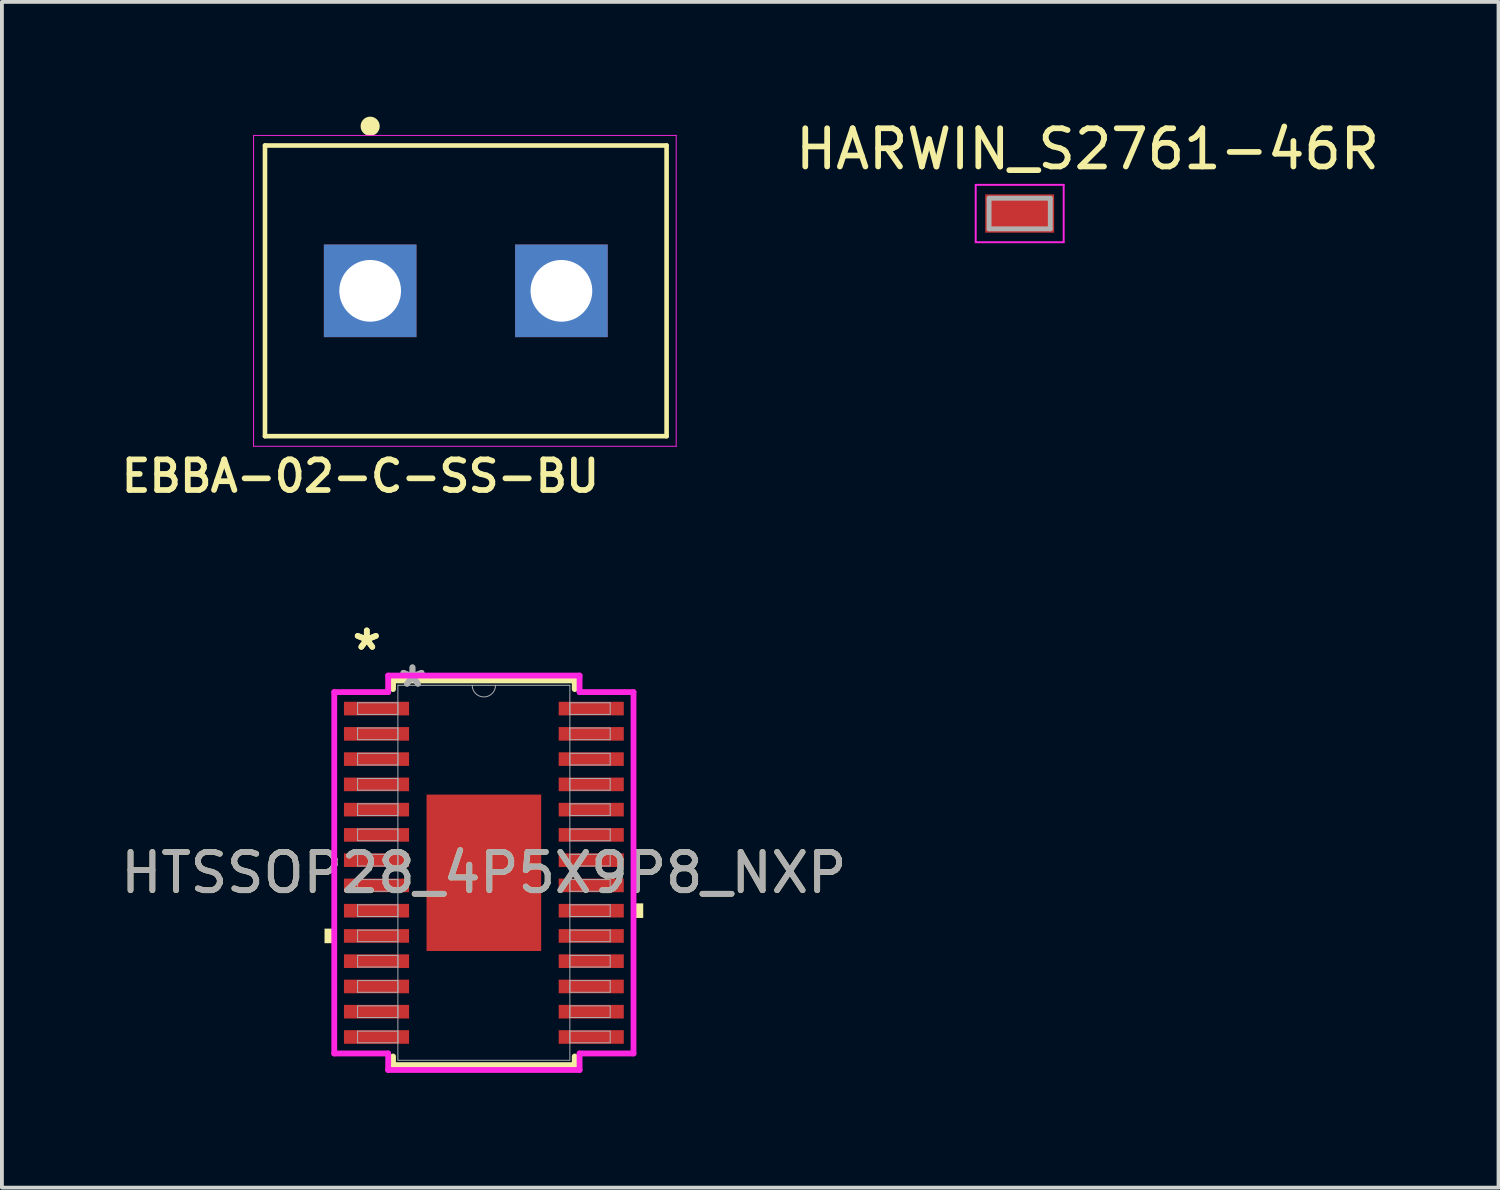
<source format=kicad_pcb>
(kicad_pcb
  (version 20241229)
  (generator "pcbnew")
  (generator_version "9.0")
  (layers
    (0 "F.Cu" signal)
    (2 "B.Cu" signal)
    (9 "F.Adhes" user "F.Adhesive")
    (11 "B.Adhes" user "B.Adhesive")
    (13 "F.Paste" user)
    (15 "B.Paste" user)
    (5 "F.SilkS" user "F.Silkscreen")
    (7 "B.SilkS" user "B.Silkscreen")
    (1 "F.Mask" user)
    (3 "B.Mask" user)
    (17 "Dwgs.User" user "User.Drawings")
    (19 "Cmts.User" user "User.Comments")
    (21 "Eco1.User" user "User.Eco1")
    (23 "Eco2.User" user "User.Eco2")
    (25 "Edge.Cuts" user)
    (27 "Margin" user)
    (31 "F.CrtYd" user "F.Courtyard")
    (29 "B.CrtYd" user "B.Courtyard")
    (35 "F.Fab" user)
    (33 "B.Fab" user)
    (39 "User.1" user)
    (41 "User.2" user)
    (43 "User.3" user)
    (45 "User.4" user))
  (footprint "EBBA-02-C-SS-BU"
    (layer "F.Cu")
    (at 6.628 4.554)
    (property "Reference" "EBBA-02-C-SS-BU" (at -0.254 4.844 0) (layer "F.SilkS") (effects (font (size 0.8 0.8) (thickness 0.15))))
    (attr through_hole)
    (fp_line (start -2.75 -3.8) (end 7.75 -3.8) (stroke (width 0.12) (type solid)) (layer "F.SilkS"))
    (fp_line (start -2.75 3.8) (end -2.75 -3.8) (stroke (width 0.12) (type solid)) (layer "F.SilkS"))
    (fp_line (start 7.75 -3.8) (end 7.75 3.8) (stroke (width 0.12) (type solid)) (layer "F.SilkS"))
    (fp_line (start 7.75 3.8) (end -2.75 3.8) (stroke (width 0.12) (type solid)) (layer "F.SilkS"))
    (fp_circle (center 0 -4.304) (end 0.25 -4.304) (stroke (width 0) (type solid)) (fill yes) (layer "F.SilkS"))
    (fp_line (start -3.048 -4.064) (end 8.001 -4.064) (stroke (width 0.025) (type solid)) (layer "F.CrtYd"))
    (fp_line (start -3.048 4.064) (end -3.048 -4.064) (stroke (width 0.025) (type solid)) (layer "F.CrtYd"))
    (fp_line (start 8.001 -4.064) (end 8.001 4.064) (stroke (width 0.025) (type solid)) (layer "F.CrtYd"))
    (fp_line (start 8.001 4.064) (end -3.048 4.064) (stroke (width 0.025) (type solid)) (layer "F.CrtYd"))
    (pad "1" thru_hole rect (at 0 0) (size 2.421 2.421) (drill 1.614) (layers "*.Cu" "*.Mask"))
    (pad "2" thru_hole rect (at 5 0) (size 2.421 2.421) (drill 1.614) (layers "*.Cu" "*.Mask")))
  (footprint "HTSSOP28_4P5X9P8_NXP"
    (layer "F.Cu")
    (at 9.601 19.769)
    (property "Reference" "HTSSOP28_4P5X9P8_NXP" (at 0 0 0) (unlocked yes) (layer "F.SilkS") (effects (font (size 1 1) (thickness 0.15))))
    (attr smd)
    (fp_line (start -2.375 -5.029) (end -2.375 -4.803) (stroke (width 0.152) (type solid)) (layer "F.SilkS"))
    (fp_line (start -2.375 4.803) (end -2.375 5.029) (stroke (width 0.152) (type solid)) (layer "F.SilkS"))
    (fp_line (start -2.375 5.029) (end 2.375 5.029) (stroke (width 0.152) (type solid)) (layer "F.SilkS"))
    (fp_line (start 2.375 -5.029) (end -2.375 -5.029) (stroke (width 0.152) (type solid)) (layer "F.SilkS"))
    (fp_line (start 2.375 -4.803) (end 2.375 -5.029) (stroke (width 0.152) (type solid)) (layer "F.SilkS"))
    (fp_line (start 2.375 5.029) (end 2.375 4.803) (stroke (width 0.152) (type solid)) (layer "F.SilkS"))
    (fp_poly (pts (xy -4.166 1.46) (xy -4.166 1.841) (xy -3.912 1.841) (xy -3.912 1.46)) (stroke (width 0) (type solid)) (fill yes) (layer "F.SilkS"))
    (fp_poly (pts (xy 4.166 0.8) (xy 4.166 1.181) (xy 3.912 1.181) (xy 3.912 0.8)) (stroke (width 0) (type solid)) (fill yes) (layer "F.SilkS"))
    (fp_poly (pts (xy -1.399 -1.945) (xy -1.399 -0.782) (xy -0.1 -0.782) (xy -0.1 -1.945)) (stroke (width 0) (type solid)) (fill yes) (layer "F.Paste"))
    (fp_poly (pts (xy -1.399 -0.582) (xy -1.399 0.582) (xy -0.1 0.582) (xy -0.1 -0.582)) (stroke (width 0) (type solid)) (fill yes) (layer "F.Paste"))
    (fp_poly (pts (xy -1.399 0.782) (xy -1.399 1.945) (xy -0.1 1.945) (xy -0.1 0.782)) (stroke (width 0) (type solid)) (fill yes) (layer "F.Paste"))
    (fp_poly (pts (xy 0.1 -1.945) (xy 0.1 -0.782) (xy 1.399 -0.782) (xy 1.399 -1.945)) (stroke (width 0) (type solid)) (fill yes) (layer "F.Paste"))
    (fp_poly (pts (xy 0.1 -0.582) (xy 0.1 0.582) (xy 1.399 0.582) (xy 1.399 -0.582)) (stroke (width 0) (type solid)) (fill yes) (layer "F.Paste"))
    (fp_poly (pts (xy 0.1 0.782) (xy 0.1 1.945) (xy 1.399 1.945) (xy 1.399 0.782)) (stroke (width 0) (type solid)) (fill yes) (layer "F.Paste"))
    (fp_line (start -3.912 -4.724) (end -2.502 -4.724) (stroke (width 0.152) (type solid)) (layer "F.CrtYd"))
    (fp_line (start -3.912 4.724) (end -3.912 -4.724) (stroke (width 0.152) (type solid)) (layer "F.CrtYd"))
    (fp_line (start -3.912 4.724) (end -2.502 4.724) (stroke (width 0.152) (type solid)) (layer "F.CrtYd"))
    (fp_line (start -2.502 -5.156) (end 2.502 -5.156) (stroke (width 0.152) (type solid)) (layer "F.CrtYd"))
    (fp_line (start -2.502 -4.724) (end -2.502 -5.156) (stroke (width 0.152) (type solid)) (layer "F.CrtYd"))
    (fp_line (start -2.502 5.156) (end -2.502 4.724) (stroke (width 0.152) (type solid)) (layer "F.CrtYd"))
    (fp_line (start 2.502 -5.156) (end 2.502 -4.724) (stroke (width 0.152) (type solid)) (layer "F.CrtYd"))
    (fp_line (start 2.502 4.724) (end 2.502 5.156) (stroke (width 0.152) (type solid)) (layer "F.CrtYd"))
    (fp_line (start 2.502 5.156) (end -2.502 5.156) (stroke (width 0.152) (type solid)) (layer "F.CrtYd"))
    (fp_line (start 3.912 -4.724) (end 2.502 -4.724) (stroke (width 0.152) (type solid)) (layer "F.CrtYd"))
    (fp_line (start 3.912 -4.724) (end 3.912 4.724) (stroke (width 0.152) (type solid)) (layer "F.CrtYd"))
    (fp_line (start 3.912 4.724) (end 2.502 4.724) (stroke (width 0.152) (type solid)) (layer "F.CrtYd"))
    (fp_line (start -3.302 -4.445) (end -3.302 -4.14) (stroke (width 0.025) (type solid)) (layer "F.Fab"))
    (fp_line (start -3.302 -4.14) (end -2.248 -4.14) (stroke (width 0.025) (type solid)) (layer "F.Fab"))
    (fp_line (start -3.302 -3.785) (end -3.302 -3.48) (stroke (width 0.025) (type solid)) (layer "F.Fab"))
    (fp_line (start -3.302 -3.48) (end -2.248 -3.48) (stroke (width 0.025) (type solid)) (layer "F.Fab"))
    (fp_line (start -3.302 -3.124) (end -3.302 -2.819) (stroke (width 0.025) (type solid)) (layer "F.Fab"))
    (fp_line (start -3.302 -2.819) (end -2.248 -2.819) (stroke (width 0.025) (type solid)) (layer "F.Fab"))
    (fp_line (start -3.302 -2.464) (end -3.302 -2.159) (stroke (width 0.025) (type solid)) (layer "F.Fab"))
    (fp_line (start -3.302 -2.159) (end -2.248 -2.159) (stroke (width 0.025) (type solid)) (layer "F.Fab"))
    (fp_line (start -3.302 -1.803) (end -3.302 -1.499) (stroke (width 0.025) (type solid)) (layer "F.Fab"))
    (fp_line (start -3.302 -1.499) (end -2.248 -1.499) (stroke (width 0.025) (type solid)) (layer "F.Fab"))
    (fp_line (start -3.302 -1.143) (end -3.302 -0.838) (stroke (width 0.025) (type solid)) (layer "F.Fab"))
    (fp_line (start -3.302 -0.838) (end -2.248 -0.838) (stroke (width 0.025) (type solid)) (layer "F.Fab"))
    (fp_line (start -3.302 -0.483) (end -3.302 -0.178) (stroke (width 0.025) (type solid)) (layer "F.Fab"))
    (fp_line (start -3.302 -0.178) (end -2.248 -0.178) (stroke (width 0.025) (type solid)) (layer "F.Fab"))
    (fp_line (start -3.302 0.178) (end -3.302 0.483) (stroke (width 0.025) (type solid)) (layer "F.Fab"))
    (fp_line (start -3.302 0.483) (end -2.248 0.483) (stroke (width 0.025) (type solid)) (layer "F.Fab"))
    (fp_line (start -3.302 0.838) (end -3.302 1.143) (stroke (width 0.025) (type solid)) (layer "F.Fab"))
    (fp_line (start -3.302 1.143) (end -2.248 1.143) (stroke (width 0.025) (type solid)) (layer "F.Fab"))
    (fp_line (start -3.302 1.499) (end -3.302 1.803) (stroke (width 0.025) (type solid)) (layer "F.Fab"))
    (fp_line (start -3.302 1.803) (end -2.248 1.803) (stroke (width 0.025) (type solid)) (layer "F.Fab"))
    (fp_line (start -3.302 2.159) (end -3.302 2.464) (stroke (width 0.025) (type solid)) (layer "F.Fab"))
    (fp_line (start -3.302 2.464) (end -2.248 2.464) (stroke (width 0.025) (type solid)) (layer "F.Fab"))
    (fp_line (start -3.302 2.819) (end -3.302 3.124) (stroke (width 0.025) (type solid)) (layer "F.Fab"))
    (fp_line (start -3.302 3.124) (end -2.248 3.124) (stroke (width 0.025) (type solid)) (layer "F.Fab"))
    (fp_line (start -3.302 3.48) (end -3.302 3.785) (stroke (width 0.025) (type solid)) (layer "F.Fab"))
    (fp_line (start -3.302 3.785) (end -2.248 3.785) (stroke (width 0.025) (type solid)) (layer "F.Fab"))
    (fp_line (start -3.302 4.14) (end -3.302 4.445) (stroke (width 0.025) (type solid)) (layer "F.Fab"))
    (fp_line (start -3.302 4.445) (end -2.248 4.445) (stroke (width 0.025) (type solid)) (layer "F.Fab"))
    (fp_line (start -2.248 -4.902) (end -2.248 4.902) (stroke (width 0.025) (type solid)) (layer "F.Fab"))
    (fp_line (start -2.248 -4.445) (end -3.302 -4.445) (stroke (width 0.025) (type solid)) (layer "F.Fab"))
    (fp_line (start -2.248 -4.14) (end -2.248 -4.445) (stroke (width 0.025) (type solid)) (layer "F.Fab"))
    (fp_line (start -2.248 -3.785) (end -3.302 -3.785) (stroke (width 0.025) (type solid)) (layer "F.Fab"))
    (fp_line (start -2.248 -3.48) (end -2.248 -3.785) (stroke (width 0.025) (type solid)) (layer "F.Fab"))
    (fp_line (start -2.248 -3.124) (end -3.302 -3.124) (stroke (width 0.025) (type solid)) (layer "F.Fab"))
    (fp_line (start -2.248 -2.819) (end -2.248 -3.124) (stroke (width 0.025) (type solid)) (layer "F.Fab"))
    (fp_line (start -2.248 -2.464) (end -3.302 -2.464) (stroke (width 0.025) (type solid)) (layer "F.Fab"))
    (fp_line (start -2.248 -2.159) (end -2.248 -2.464) (stroke (width 0.025) (type solid)) (layer "F.Fab"))
    (fp_line (start -2.248 -1.803) (end -3.302 -1.803) (stroke (width 0.025) (type solid)) (layer "F.Fab"))
    (fp_line (start -2.248 -1.499) (end -2.248 -1.803) (stroke (width 0.025) (type solid)) (layer "F.Fab"))
    (fp_line (start -2.248 -1.143) (end -3.302 -1.143) (stroke (width 0.025) (type solid)) (layer "F.Fab"))
    (fp_line (start -2.248 -0.838) (end -2.248 -1.143) (stroke (width 0.025) (type solid)) (layer "F.Fab"))
    (fp_line (start -2.248 -0.483) (end -3.302 -0.483) (stroke (width 0.025) (type solid)) (layer "F.Fab"))
    (fp_line (start -2.248 -0.178) (end -2.248 -0.483) (stroke (width 0.025) (type solid)) (layer "F.Fab"))
    (fp_line (start -2.248 0.178) (end -3.302 0.178) (stroke (width 0.025) (type solid)) (layer "F.Fab"))
    (fp_line (start -2.248 0.483) (end -2.248 0.178) (stroke (width 0.025) (type solid)) (layer "F.Fab"))
    (fp_line (start -2.248 0.838) (end -3.302 0.838) (stroke (width 0.025) (type solid)) (layer "F.Fab"))
    (fp_line (start -2.248 1.143) (end -2.248 0.838) (stroke (width 0.025) (type solid)) (layer "F.Fab"))
    (fp_line (start -2.248 1.499) (end -3.302 1.499) (stroke (width 0.025) (type solid)) (layer "F.Fab"))
    (fp_line (start -2.248 1.803) (end -2.248 1.499) (stroke (width 0.025) (type solid)) (layer "F.Fab"))
    (fp_line (start -2.248 2.159) (end -3.302 2.159) (stroke (width 0.025) (type solid)) (layer "F.Fab"))
    (fp_line (start -2.248 2.464) (end -2.248 2.159) (stroke (width 0.025) (type solid)) (layer "F.Fab"))
    (fp_line (start -2.248 2.819) (end -3.302 2.819) (stroke (width 0.025) (type solid)) (layer "F.Fab"))
    (fp_line (start -2.248 3.124) (end -2.248 2.819) (stroke (width 0.025) (type solid)) (layer "F.Fab"))
    (fp_line (start -2.248 3.48) (end -3.302 3.48) (stroke (width 0.025) (type solid)) (layer "F.Fab"))
    (fp_line (start -2.248 3.785) (end -2.248 3.48) (stroke (width 0.025) (type solid)) (layer "F.Fab"))
    (fp_line (start -2.248 4.14) (end -3.302 4.14) (stroke (width 0.025) (type solid)) (layer "F.Fab"))
    (fp_line (start -2.248 4.445) (end -2.248 4.14) (stroke (width 0.025) (type solid)) (layer "F.Fab"))
    (fp_line (start -2.248 4.902) (end 2.248 4.902) (stroke (width 0.025) (type solid)) (layer "F.Fab"))
    (fp_line (start 2.248 -4.902) (end -2.248 -4.902) (stroke (width 0.025) (type solid)) (layer "F.Fab"))
    (fp_line (start 2.248 -4.445) (end 2.248 -4.14) (stroke (width 0.025) (type solid)) (layer "F.Fab"))
    (fp_line (start 2.248 -4.14) (end 3.302 -4.14) (stroke (width 0.025) (type solid)) (layer "F.Fab"))
    (fp_line (start 2.248 -3.785) (end 2.248 -3.48) (stroke (width 0.025) (type solid)) (layer "F.Fab"))
    (fp_line (start 2.248 -3.48) (end 3.302 -3.48) (stroke (width 0.025) (type solid)) (layer "F.Fab"))
    (fp_line (start 2.248 -3.124) (end 2.248 -2.819) (stroke (width 0.025) (type solid)) (layer "F.Fab"))
    (fp_line (start 2.248 -2.819) (end 3.302 -2.819) (stroke (width 0.025) (type solid)) (layer "F.Fab"))
    (fp_line (start 2.248 -2.464) (end 2.248 -2.159) (stroke (width 0.025) (type solid)) (layer "F.Fab"))
    (fp_line (start 2.248 -2.159) (end 3.302 -2.159) (stroke (width 0.025) (type solid)) (layer "F.Fab"))
    (fp_line (start 2.248 -1.803) (end 2.248 -1.499) (stroke (width 0.025) (type solid)) (layer "F.Fab"))
    (fp_line (start 2.248 -1.499) (end 3.302 -1.499) (stroke (width 0.025) (type solid)) (layer "F.Fab"))
    (fp_line (start 2.248 -1.143) (end 2.248 -0.838) (stroke (width 0.025) (type solid)) (layer "F.Fab"))
    (fp_line (start 2.248 -0.838) (end 3.302 -0.838) (stroke (width 0.025) (type solid)) (layer "F.Fab"))
    (fp_line (start 2.248 -0.483) (end 2.248 -0.178) (stroke (width 0.025) (type solid)) (layer "F.Fab"))
    (fp_line (start 2.248 -0.178) (end 3.302 -0.178) (stroke (width 0.025) (type solid)) (layer "F.Fab"))
    (fp_line (start 2.248 0.178) (end 2.248 0.483) (stroke (width 0.025) (type solid)) (layer "F.Fab"))
    (fp_line (start 2.248 0.483) (end 3.302 0.483) (stroke (width 0.025) (type solid)) (layer "F.Fab"))
    (fp_line (start 2.248 0.838) (end 2.248 1.143) (stroke (width 0.025) (type solid)) (layer "F.Fab"))
    (fp_line (start 2.248 1.143) (end 3.302 1.143) (stroke (width 0.025) (type solid)) (layer "F.Fab"))
    (fp_line (start 2.248 1.499) (end 2.248 1.803) (stroke (width 0.025) (type solid)) (layer "F.Fab"))
    (fp_line (start 2.248 1.803) (end 3.302 1.803) (stroke (width 0.025) (type solid)) (layer "F.Fab"))
    (fp_line (start 2.248 2.159) (end 2.248 2.464) (stroke (width 0.025) (type solid)) (layer "F.Fab"))
    (fp_line (start 2.248 2.464) (end 3.302 2.464) (stroke (width 0.025) (type solid)) (layer "F.Fab"))
    (fp_line (start 2.248 2.819) (end 2.248 3.124) (stroke (width 0.025) (type solid)) (layer "F.Fab"))
    (fp_line (start 2.248 3.124) (end 3.302 3.124) (stroke (width 0.025) (type solid)) (layer "F.Fab"))
    (fp_line (start 2.248 3.48) (end 2.248 3.785) (stroke (width 0.025) (type solid)) (layer "F.Fab"))
    (fp_line (start 2.248 3.785) (end 3.302 3.785) (stroke (width 0.025) (type solid)) (layer "F.Fab"))
    (fp_line (start 2.248 4.14) (end 2.248 4.445) (stroke (width 0.025) (type solid)) (layer "F.Fab"))
    (fp_line (start 2.248 4.445) (end 3.302 4.445) (stroke (width 0.025) (type solid)) (layer "F.Fab"))
    (fp_line (start 2.248 4.902) (end 2.248 -4.902) (stroke (width 0.025) (type solid)) (layer "F.Fab"))
    (fp_line (start 3.302 -4.445) (end 2.248 -4.445) (stroke (width 0.025) (type solid)) (layer "F.Fab"))
    (fp_line (start 3.302 -4.14) (end 3.302 -4.445) (stroke (width 0.025) (type solid)) (layer "F.Fab"))
    (fp_line (start 3.302 -3.785) (end 2.248 -3.785) (stroke (width 0.025) (type solid)) (layer "F.Fab"))
    (fp_line (start 3.302 -3.48) (end 3.302 -3.785) (stroke (width 0.025) (type solid)) (layer "F.Fab"))
    (fp_line (start 3.302 -3.124) (end 2.248 -3.124) (stroke (width 0.025) (type solid)) (layer "F.Fab"))
    (fp_line (start 3.302 -2.819) (end 3.302 -3.124) (stroke (width 0.025) (type solid)) (layer "F.Fab"))
    (fp_line (start 3.302 -2.464) (end 2.248 -2.464) (stroke (width 0.025) (type solid)) (layer "F.Fab"))
    (fp_line (start 3.302 -2.159) (end 3.302 -2.464) (stroke (width 0.025) (type solid)) (layer "F.Fab"))
    (fp_line (start 3.302 -1.803) (end 2.248 -1.803) (stroke (width 0.025) (type solid)) (layer "F.Fab"))
    (fp_line (start 3.302 -1.499) (end 3.302 -1.803) (stroke (width 0.025) (type solid)) (layer "F.Fab"))
    (fp_line (start 3.302 -1.143) (end 2.248 -1.143) (stroke (width 0.025) (type solid)) (layer "F.Fab"))
    (fp_line (start 3.302 -0.838) (end 3.302 -1.143) (stroke (width 0.025) (type solid)) (layer "F.Fab"))
    (fp_line (start 3.302 -0.483) (end 2.248 -0.483) (stroke (width 0.025) (type solid)) (layer "F.Fab"))
    (fp_line (start 3.302 -0.178) (end 3.302 -0.483) (stroke (width 0.025) (type solid)) (layer "F.Fab"))
    (fp_line (start 3.302 0.178) (end 2.248 0.178) (stroke (width 0.025) (type solid)) (layer "F.Fab"))
    (fp_line (start 3.302 0.483) (end 3.302 0.178) (stroke (width 0.025) (type solid)) (layer "F.Fab"))
    (fp_line (start 3.302 0.838) (end 2.248 0.838) (stroke (width 0.025) (type solid)) (layer "F.Fab"))
    (fp_line (start 3.302 1.143) (end 3.302 0.838) (stroke (width 0.025) (type solid)) (layer "F.Fab"))
    (fp_line (start 3.302 1.499) (end 2.248 1.499) (stroke (width 0.025) (type solid)) (layer "F.Fab"))
    (fp_line (start 3.302 1.803) (end 3.302 1.499) (stroke (width 0.025) (type solid)) (layer "F.Fab"))
    (fp_line (start 3.302 2.159) (end 2.248 2.159) (stroke (width 0.025) (type solid)) (layer "F.Fab"))
    (fp_line (start 3.302 2.464) (end 3.302 2.159) (stroke (width 0.025) (type solid)) (layer "F.Fab"))
    (fp_line (start 3.302 2.819) (end 2.248 2.819) (stroke (width 0.025) (type solid)) (layer "F.Fab"))
    (fp_line (start 3.302 3.124) (end 3.302 2.819) (stroke (width 0.025) (type solid)) (layer "F.Fab"))
    (fp_line (start 3.302 3.48) (end 2.248 3.48) (stroke (width 0.025) (type solid)) (layer "F.Fab"))
    (fp_line (start 3.302 3.785) (end 3.302 3.48) (stroke (width 0.025) (type solid)) (layer "F.Fab"))
    (fp_line (start 3.302 4.14) (end 2.248 4.14) (stroke (width 0.025) (type solid)) (layer "F.Fab"))
    (fp_line (start 3.302 4.445) (end 3.302 4.14) (stroke (width 0.025) (type solid)) (layer "F.Fab"))
    (fp_arc (start 0.3048 -4.9022) (mid 0 -4.5974) (end -0.3048 -4.9022) (stroke (width 0.0254) (type solid)) (layer "F.Fab"))
    (fp_text user "*" (at -3.061 -5.791 0) (layer "F.SilkS") (effects (font (size 1 1) (thickness 0.15))))
    (fp_text user "*" (at -3.061 -5.791 0) (unlocked yes) (layer "F.SilkS") (effects (font (size 1 1) (thickness 0.15))))
    (fp_text user "*" (at -1.867 -4.826 0) (unlocked yes) (layer "F.Fab") (effects (font (size 1 1) (thickness 0.15))))
    (fp_text user "${REFERENCE}" (at 0 0 0) (unlocked yes) (layer "F.Fab") (effects (font (size 1 1) (thickness 0.15))))
    (fp_text user "*" (at -1.867 -4.826 0) (layer "F.Fab") (effects (font (size 1 1) (thickness 0.15))))
    (pad "1" smd rect (at -2.807 -4.293) (size 1.702 0.356) (layers "F.Cu" "F.Mask" "F.Paste"))
    (pad "2" smd rect (at -2.807 -3.632) (size 1.702 0.356) (layers "F.Cu" "F.Mask" "F.Paste"))
    (pad "3" smd rect (at -2.807 -2.972) (size 1.702 0.356) (layers "F.Cu" "F.Mask" "F.Paste"))
    (pad "4" smd rect (at -2.807 -2.311) (size 1.702 0.356) (layers "F.Cu" "F.Mask" "F.Paste"))
    (pad "5" smd rect (at -2.807 -1.651) (size 1.702 0.356) (layers "F.Cu" "F.Mask" "F.Paste"))
    (pad "6" smd rect (at -2.807 -0.991) (size 1.702 0.356) (layers "F.Cu" "F.Mask" "F.Paste"))
    (pad "7" smd rect (at -2.807 -0.33) (size 1.702 0.356) (layers "F.Cu" "F.Mask" "F.Paste"))
    (pad "8" smd rect (at -2.807 0.33) (size 1.702 0.356) (layers "F.Cu" "F.Mask" "F.Paste"))
    (pad "9" smd rect (at -2.807 0.991) (size 1.702 0.356) (layers "F.Cu" "F.Mask" "F.Paste"))
    (pad "10" smd rect (at -2.807 1.651) (size 1.702 0.356) (layers "F.Cu" "F.Mask" "F.Paste"))
    (pad "11" smd rect (at -2.807 2.311) (size 1.702 0.356) (layers "F.Cu" "F.Mask" "F.Paste"))
    (pad "12" smd rect (at -2.807 2.972) (size 1.702 0.356) (layers "F.Cu" "F.Mask" "F.Paste"))
    (pad "13" smd rect (at -2.807 3.632) (size 1.702 0.356) (layers "F.Cu" "F.Mask" "F.Paste"))
    (pad "14" smd rect (at -2.807 4.293) (size 1.702 0.356) (layers "F.Cu" "F.Mask" "F.Paste"))
    (pad "15" smd rect (at 2.807 4.293) (size 1.702 0.356) (layers "F.Cu" "F.Mask" "F.Paste"))
    (pad "16" smd rect (at 2.807 3.632) (size 1.702 0.356) (layers "F.Cu" "F.Mask" "F.Paste"))
    (pad "17" smd rect (at 2.807 2.972) (size 1.702 0.356) (layers "F.Cu" "F.Mask" "F.Paste"))
    (pad "18" smd rect (at 2.807 2.311) (size 1.702 0.356) (layers "F.Cu" "F.Mask" "F.Paste"))
    (pad "19" smd rect (at 2.807 1.651) (size 1.702 0.356) (layers "F.Cu" "F.Mask" "F.Paste"))
    (pad "20" smd rect (at 2.807 0.991) (size 1.702 0.356) (layers "F.Cu" "F.Mask" "F.Paste"))
    (pad "21" smd rect (at 2.807 0.33) (size 1.702 0.356) (layers "F.Cu" "F.Mask" "F.Paste"))
    (pad "22" smd rect (at 2.807 -0.33) (size 1.702 0.356) (layers "F.Cu" "F.Mask" "F.Paste"))
    (pad "23" smd rect (at 2.807 -0.991) (size 1.702 0.356) (layers "F.Cu" "F.Mask" "F.Paste"))
    (pad "24" smd rect (at 2.807 -1.651) (size 1.702 0.356) (layers "F.Cu" "F.Mask" "F.Paste"))
    (pad "25" smd rect (at 2.807 -2.311) (size 1.702 0.356) (layers "F.Cu" "F.Mask" "F.Paste"))
    (pad "26" smd rect (at 2.807 -2.972) (size 1.702 0.356) (layers "F.Cu" "F.Mask" "F.Paste"))
    (pad "27" smd rect (at 2.807 -3.632) (size 1.702 0.356) (layers "F.Cu" "F.Mask" "F.Paste"))
    (pad "28" smd rect (at 2.807 -4.293) (size 1.702 0.356) (layers "F.Cu" "F.Mask" "F.Paste"))
    (pad "EPAD" smd rect (at 0 0) (size 2.997 4.089) (layers "F.Cu" "F.Mask")))
  (footprint "HARWIN_S2761-46R"
    (layer "F.Cu")
    (at 23.61 2.533)
    (property "Reference" "HARWIN_S2761-46R" (at 1.775 -1.685 0) (layer "F.SilkS") (effects (font (size 1 1) (thickness 0.15))))
    (attr smd)
    (fp_line (start -1.15 -0.75) (end -1.15 0.75) (stroke (width 0.05) (type solid)) (layer "F.CrtYd"))
    (fp_line (start -1.15 0.75) (end 1.15 0.75) (stroke (width 0.05) (type solid)) (layer "F.CrtYd"))
    (fp_line (start 1.15 -0.75) (end -1.15 -0.75) (stroke (width 0.05) (type solid)) (layer "F.CrtYd"))
    (fp_line (start 1.15 0.75) (end 1.15 -0.75) (stroke (width 0.05) (type solid)) (layer "F.CrtYd"))
    (fp_line (start -0.8 -0.4) (end 0.8 -0.4) (stroke (width 0.127) (type solid)) (layer "F.Fab"))
    (fp_line (start -0.8 0.4) (end -0.8 -0.4) (stroke (width 0.127) (type solid)) (layer "F.Fab"))
    (fp_line (start 0.8 -0.4) (end 0.8 0.4) (stroke (width 0.127) (type solid)) (layer "F.Fab"))
    (fp_line (start 0.8 0.4) (end -0.8 0.4) (stroke (width 0.127) (type solid)) (layer "F.Fab"))
    (pad "1" smd rect (at 0 0) (size 1.8 1) (layers "F.Cu" "F.Mask" "F.Paste")))
  (gr_rect
    (start -3 -3)
    (end 36.129 28.001)
    (stroke (width 0.1) (type default))
    (fill no)
    (layer "Edge.Cuts")))
</source>
